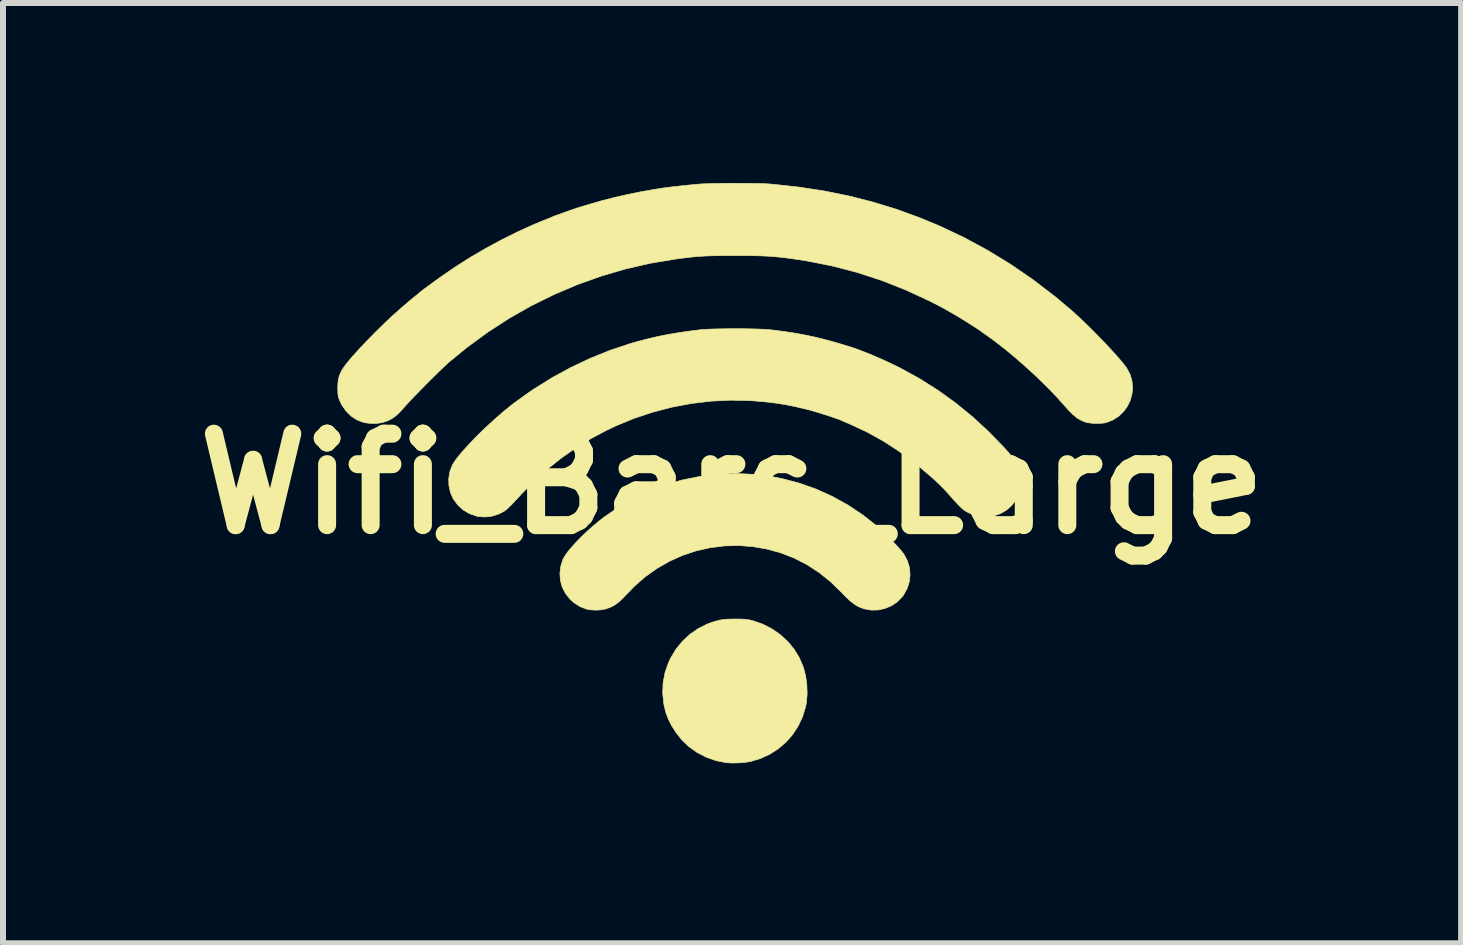
<source format=kicad_pcb>
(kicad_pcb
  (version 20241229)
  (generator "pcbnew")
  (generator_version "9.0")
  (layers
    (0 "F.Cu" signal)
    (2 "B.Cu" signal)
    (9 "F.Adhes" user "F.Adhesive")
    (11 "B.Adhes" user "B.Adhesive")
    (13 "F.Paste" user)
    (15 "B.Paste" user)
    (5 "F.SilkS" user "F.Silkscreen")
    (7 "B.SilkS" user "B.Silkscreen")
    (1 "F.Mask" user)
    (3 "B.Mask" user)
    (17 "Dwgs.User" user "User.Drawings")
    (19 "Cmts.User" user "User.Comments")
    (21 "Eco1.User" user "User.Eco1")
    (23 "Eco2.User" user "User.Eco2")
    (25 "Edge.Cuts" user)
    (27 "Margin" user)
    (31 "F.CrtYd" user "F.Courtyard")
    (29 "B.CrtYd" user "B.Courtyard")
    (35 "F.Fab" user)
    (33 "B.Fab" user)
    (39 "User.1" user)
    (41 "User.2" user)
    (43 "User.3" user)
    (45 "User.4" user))
  (footprint "Wifi_Bars_Large"
    (layer "F.Cu")
    (at 9.151 5.013)
    (property "Reference" "Wifi_Bars_Large" (at 0 0 0) (layer "F.SilkS") (effects (font (size 1.524 1.524) (thickness 0.3))))
    (attr through_hole)
    (fp_poly (pts (xy 0.139 2.255) (xy 0.202 2.258) (xy 0.253 2.263) (xy 0.299 2.271) (xy 0.347 2.283) (xy 0.356 2.285) (xy 0.517 2.342) (xy 0.668 2.42) (xy 0.806 2.517) (xy 0.929 2.63) (xy 1.035 2.758) (xy 1.121 2.899) (xy 1.186 3.05) (xy 1.193 3.071) (xy 1.228 3.209) (xy 1.247 3.354) (xy 1.252 3.5) (xy 1.241 3.639) (xy 1.227 3.714) (xy 1.176 3.882) (xy 1.103 4.037) (xy 1.01 4.18) (xy 0.898 4.307) (xy 0.77 4.417) (xy 0.627 4.509) (xy 0.471 4.58) (xy 0.311 4.628) (xy 0.244 4.64) (xy 0.162 4.649) (xy 0.073 4.653) (xy -0.011 4.654) (xy -0.083 4.65) (xy -0.095 4.649) (xy -0.267 4.615) (xy -0.428 4.558) (xy -0.579 4.481) (xy -0.716 4.384) (xy -0.837 4.269) (xy -0.936 4.143) (xy -1.009 4.028) (xy -1.063 3.919) (xy -1.104 3.81) (xy -1.133 3.692) (xy -1.138 3.664) (xy -1.156 3.49) (xy -1.149 3.318) (xy -1.117 3.148) (xy -1.06 2.984) (xy -1.024 2.906) (xy -0.935 2.758) (xy -0.827 2.625) (xy -0.703 2.51) (xy -0.565 2.414) (xy -0.415 2.339) (xy -0.349 2.314) (xy -0.276 2.291) (xy -0.211 2.274) (xy -0.149 2.263) (xy -0.08 2.257) (xy 0.002 2.255) (xy 0.057 2.255) (xy 0.139 2.255)) (stroke (width 0.01) (type solid)) (fill yes) (layer "F.SilkS"))
    (fp_poly (pts (xy 0.367 -0.157) (xy 0.668 -0.118) (xy 0.826 -0.088) (xy 1.118 -0.011) (xy 1.402 0.089) (xy 1.676 0.213) (xy 1.939 0.359) (xy 2.19 0.528) (xy 2.403 0.696) (xy 2.461 0.746) (xy 2.525 0.807) (xy 2.593 0.874) (xy 2.661 0.943) (xy 2.726 1.011) (xy 2.783 1.074) (xy 2.83 1.128) (xy 2.861 1.169) (xy 2.864 1.173) (xy 2.922 1.282) (xy 2.957 1.397) (xy 2.967 1.515) (xy 2.955 1.632) (xy 2.919 1.745) (xy 2.86 1.852) (xy 2.833 1.888) (xy 2.753 1.969) (xy 2.657 2.033) (xy 2.55 2.078) (xy 2.437 2.103) (xy 2.321 2.106) (xy 2.208 2.086) (xy 2.199 2.083) (xy 2.136 2.061) (xy 2.078 2.033) (xy 2.022 1.995) (xy 1.961 1.946) (xy 1.893 1.881) (xy 1.833 1.819) (xy 1.648 1.638) (xy 1.453 1.481) (xy 1.249 1.348) (xy 1.035 1.238) (xy 0.811 1.151) (xy 0.576 1.087) (xy 0.352 1.048) (xy 0.11 1.029) (xy -0.13 1.036) (xy -0.368 1.066) (xy -0.601 1.119) (xy -0.828 1.195) (xy -1.046 1.293) (xy -1.254 1.413) (xy -1.45 1.552) (xy -1.632 1.712) (xy -1.726 1.81) (xy -1.802 1.889) (xy -1.866 1.952) (xy -1.924 1.999) (xy -1.98 2.035) (xy -2.037 2.062) (xy -2.101 2.084) (xy -2.123 2.09) (xy -2.194 2.102) (xy -2.277 2.106) (xy -2.359 2.101) (xy -2.426 2.089) (xy -2.536 2.046) (xy -2.637 1.981) (xy -2.695 1.928) (xy -2.773 1.832) (xy -2.829 1.725) (xy -2.861 1.611) (xy -2.869 1.493) (xy -2.854 1.372) (xy -2.817 1.257) (xy -2.786 1.203) (xy -2.738 1.135) (xy -2.675 1.059) (xy -2.6 0.976) (xy -2.515 0.888) (xy -2.423 0.8) (xy -2.326 0.713) (xy -2.228 0.631) (xy -2.134 0.557) (xy -1.887 0.388) (xy -1.631 0.24) (xy -1.368 0.116) (xy -1.13 0.025) (xy -0.834 -0.062) (xy -0.535 -0.123) (xy -0.234 -0.16) (xy 0.066 -0.171) (xy 0.367 -0.157)) (stroke (width 0.01) (type solid)) (fill yes) (layer "F.SilkS"))
    (fp_poly (pts (xy 0.18 -2.584) (xy 0.297 -2.582) (xy 0.405 -2.58) (xy 0.501 -2.576) (xy 0.579 -2.572) (xy 0.629 -2.568) (xy 0.837 -2.542) (xy 1.028 -2.514) (xy 1.208 -2.481) (xy 1.384 -2.444) (xy 1.562 -2.4) (xy 1.749 -2.349) (xy 1.95 -2.288) (xy 1.994 -2.274) (xy 2.088 -2.242) (xy 2.199 -2.199) (xy 2.322 -2.15) (xy 2.45 -2.095) (xy 2.579 -2.037) (xy 2.702 -1.979) (xy 2.801 -1.93) (xy 3.125 -1.752) (xy 3.433 -1.558) (xy 3.727 -1.346) (xy 4.01 -1.115) (xy 4.283 -0.862) (xy 4.541 -0.596) (xy 4.625 -0.501) (xy 4.691 -0.418) (xy 4.741 -0.344) (xy 4.777 -0.275) (xy 4.802 -0.207) (xy 4.812 -0.168) (xy 4.824 -0.049) (xy 4.813 0.066) (xy 4.781 0.175) (xy 4.728 0.276) (xy 4.658 0.365) (xy 4.571 0.441) (xy 4.47 0.499) (xy 4.356 0.539) (xy 4.317 0.547) (xy 4.207 0.555) (xy 4.095 0.54) (xy 3.98 0.5) (xy 3.958 0.49) (xy 3.917 0.47) (xy 3.881 0.449) (xy 3.847 0.424) (xy 3.811 0.391) (xy 3.768 0.348) (xy 3.715 0.29) (xy 3.683 0.254) (xy 3.617 0.18) (xy 3.563 0.12) (xy 3.517 0.071) (xy 3.474 0.027) (xy 3.429 -0.015) (xy 3.379 -0.062) (xy 3.319 -0.116) (xy 3.315 -0.12) (xy 3.056 -0.339) (xy 2.795 -0.534) (xy 2.529 -0.707) (xy 2.258 -0.858) (xy 1.977 -0.989) (xy 1.975 -0.991) (xy 1.918 -1.015) (xy 1.866 -1.037) (xy 1.825 -1.055) (xy 1.807 -1.063) (xy 1.763 -1.08) (xy 1.7 -1.102) (xy 1.624 -1.128) (xy 1.539 -1.155) (xy 1.452 -1.182) (xy 1.368 -1.207) (xy 1.293 -1.229) (xy 1.238 -1.243) (xy 1.059 -1.285) (xy 0.889 -1.319) (xy 0.721 -1.345) (xy 0.546 -1.366) (xy 0.358 -1.382) (xy 0.29 -1.386) (xy -0.028 -1.393) (xy -0.351 -1.377) (xy -0.676 -1.338) (xy -1 -1.277) (xy -1.319 -1.194) (xy -1.632 -1.09) (xy -1.933 -0.967) (xy -2.102 -0.886) (xy -2.362 -0.747) (xy -2.606 -0.597) (xy -2.838 -0.434) (xy -3.062 -0.256) (xy -3.28 -0.06) (xy -3.497 0.157) (xy -3.618 0.288) (xy -3.667 0.34) (xy -3.716 0.388) (xy -3.76 0.428) (xy -3.794 0.455) (xy -3.796 0.457) (xy -3.897 0.508) (xy -4.006 0.541) (xy -4.119 0.554) (xy -4.227 0.546) (xy -4.26 0.539) (xy -4.378 0.497) (xy -4.483 0.435) (xy -4.572 0.353) (xy -4.644 0.255) (xy -4.646 0.252) (xy -4.694 0.144) (xy -4.719 0.029) (xy -4.722 -0.088) (xy -4.703 -0.203) (xy -4.661 -0.312) (xy -4.648 -0.336) (xy -4.614 -0.388) (xy -4.564 -0.453) (xy -4.5 -0.53) (xy -4.425 -0.614) (xy -4.342 -0.703) (xy -4.253 -0.794) (xy -4.162 -0.885) (xy -4.07 -0.971) (xy -3.989 -1.045) (xy -3.938 -1.09) (xy -3.894 -1.129) (xy -3.86 -1.159) (xy -3.839 -1.177) (xy -3.835 -1.181) (xy -3.823 -1.192) (xy -3.796 -1.213) (xy -3.766 -1.238) (xy -3.732 -1.265) (xy -3.706 -1.286) (xy -3.696 -1.295) (xy -3.681 -1.308) (xy -3.65 -1.331) (xy -3.606 -1.364) (xy -3.552 -1.403) (xy -3.494 -1.445) (xy -3.434 -1.488) (xy -3.377 -1.528) (xy -3.326 -1.563) (xy -3.296 -1.583) (xy -2.999 -1.768) (xy -2.687 -1.938) (xy -2.365 -2.09) (xy -2.038 -2.222) (xy -1.71 -2.332) (xy -1.556 -2.376) (xy -1.39 -2.419) (xy -1.23 -2.456) (xy -1.071 -2.488) (xy -0.905 -2.516) (xy -0.727 -2.542) (xy -0.53 -2.567) (xy -0.527 -2.568) (xy -0.468 -2.573) (xy -0.388 -2.577) (xy -0.291 -2.58) (xy -0.182 -2.582) (xy -0.064 -2.584) (xy 0.058 -2.584) (xy 0.18 -2.584)) (stroke (width 0.01) (type solid)) (fill yes) (layer "F.SilkS"))
    (fp_poly (pts (xy 0.199 -5.007) (xy 0.324 -5.006) (xy 0.44 -5.004) (xy 0.542 -5.001) (xy 0.627 -4.997) (xy 0.673 -4.993) (xy 1.114 -4.945) (xy 1.538 -4.88) (xy 1.949 -4.797) (xy 2.349 -4.695) (xy 2.741 -4.575) (xy 3.128 -4.434) (xy 3.454 -4.299) (xy 3.859 -4.108) (xy 4.257 -3.893) (xy 4.645 -3.656) (xy 5.022 -3.397) (xy 5.386 -3.118) (xy 5.672 -2.877) (xy 5.755 -2.801) (xy 5.846 -2.716) (xy 5.942 -2.623) (xy 6.04 -2.525) (xy 6.137 -2.426) (xy 6.232 -2.327) (xy 6.321 -2.232) (xy 6.402 -2.142) (xy 6.473 -2.061) (xy 6.53 -1.992) (xy 6.573 -1.936) (xy 6.579 -1.926) (xy 6.634 -1.823) (xy 6.666 -1.714) (xy 6.677 -1.604) (xy 6.666 -1.495) (xy 6.637 -1.389) (xy 6.589 -1.29) (xy 6.524 -1.201) (xy 6.444 -1.125) (xy 6.349 -1.064) (xy 6.241 -1.022) (xy 6.207 -1.014) (xy 6.157 -1.008) (xy 6.094 -1.006) (xy 6.027 -1.007) (xy 5.963 -1.013) (xy 5.911 -1.021) (xy 5.886 -1.029) (xy 5.848 -1.045) (xy 5.817 -1.058) (xy 5.752 -1.095) (xy 5.681 -1.154) (xy 5.601 -1.235) (xy 5.562 -1.279) (xy 5.421 -1.437) (xy 5.263 -1.602) (xy 5.093 -1.768) (xy 4.916 -1.932) (xy 4.735 -2.091) (xy 4.556 -2.24) (xy 4.382 -2.375) (xy 4.223 -2.49) (xy 4.188 -2.514) (xy 4.162 -2.533) (xy 4.153 -2.54) (xy 4.139 -2.551) (xy 4.107 -2.572) (xy 4.062 -2.601) (xy 4.008 -2.636) (xy 3.949 -2.674) (xy 3.889 -2.712) (xy 3.832 -2.747) (xy 3.782 -2.778) (xy 3.744 -2.801) (xy 3.74 -2.803) (xy 3.649 -2.855) (xy 3.574 -2.898) (xy 3.508 -2.935) (xy 3.445 -2.969) (xy 3.379 -3.003) (xy 3.303 -3.041) (xy 3.283 -3.051) (xy 2.892 -3.232) (xy 2.494 -3.389) (xy 2.089 -3.521) (xy 1.677 -3.629) (xy 1.257 -3.712) (xy 1.13 -3.733) (xy 1.008 -3.75) (xy 0.899 -3.765) (xy 0.797 -3.777) (xy 0.699 -3.786) (xy 0.599 -3.793) (xy 0.493 -3.798) (xy 0.377 -3.801) (xy 0.246 -3.803) (xy 0.095 -3.804) (xy 0.051 -3.804) (xy -0.095 -3.803) (xy -0.219 -3.802) (xy -0.327 -3.8) (xy -0.423 -3.797) (xy -0.512 -3.792) (xy -0.598 -3.786) (xy -0.686 -3.777) (xy -0.78 -3.766) (xy -0.885 -3.753) (xy -0.94 -3.745) (xy -1.357 -3.676) (xy -1.769 -3.582) (xy -2.175 -3.463) (xy -2.573 -3.321) (xy -2.963 -3.156) (xy -3.343 -2.969) (xy -3.713 -2.759) (xy -4.071 -2.527) (xy -4.417 -2.274) (xy -4.72 -2.026) (xy -4.759 -1.99) (xy -4.813 -1.939) (xy -4.878 -1.877) (xy -4.951 -1.805) (xy -5.029 -1.728) (xy -5.109 -1.648) (xy -5.187 -1.569) (xy -5.261 -1.493) (xy -5.327 -1.425) (xy -5.383 -1.367) (xy -5.424 -1.321) (xy -5.435 -1.308) (xy -5.507 -1.227) (xy -5.568 -1.164) (xy -5.625 -1.116) (xy -5.679 -1.08) (xy -5.737 -1.051) (xy -5.802 -1.028) (xy -5.816 -1.024) (xy -5.888 -1.01) (xy -5.972 -1.005) (xy -6.059 -1.009) (xy -6.138 -1.021) (xy -6.146 -1.024) (xy -6.253 -1.065) (xy -6.35 -1.129) (xy -6.434 -1.212) (xy -6.503 -1.312) (xy -6.541 -1.391) (xy -6.556 -1.43) (xy -6.565 -1.466) (xy -6.569 -1.508) (xy -6.571 -1.563) (xy -6.571 -1.607) (xy -6.569 -1.674) (xy -6.562 -1.735) (xy -6.548 -1.791) (xy -6.527 -1.846) (xy -6.496 -1.903) (xy -6.454 -1.966) (xy -6.399 -2.036) (xy -6.329 -2.118) (xy -6.242 -2.215) (xy -6.241 -2.216) (xy -6.1 -2.367) (xy -5.949 -2.521) (xy -5.795 -2.672) (xy -5.64 -2.817) (xy -5.489 -2.951) (xy -5.348 -3.071) (xy -5.29 -3.118) (xy -5.256 -3.145) (xy -5.23 -3.166) (xy -5.22 -3.175) (xy -5.2 -3.193) (xy -5.161 -3.223) (xy -5.109 -3.263) (xy -5.044 -3.31) (xy -4.972 -3.363) (xy -4.894 -3.419) (xy -4.814 -3.476) (xy -4.734 -3.531) (xy -4.659 -3.582) (xy -4.604 -3.619) (xy -4.364 -3.772) (xy -4.109 -3.921) (xy -3.846 -4.063) (xy -3.582 -4.195) (xy -3.322 -4.313) (xy -3.169 -4.377) (xy -3.111 -4.4) (xy -3.061 -4.42) (xy -3.023 -4.436) (xy -3.004 -4.444) (xy -2.975 -4.456) (xy -2.928 -4.474) (xy -2.866 -4.496) (xy -2.797 -4.521) (xy -2.724 -4.547) (xy -2.652 -4.572) (xy -2.588 -4.594) (xy -2.535 -4.611) (xy -2.5 -4.622) (xy -2.496 -4.623) (xy -2.466 -4.631) (xy -2.42 -4.645) (xy -2.367 -4.661) (xy -2.349 -4.666) (xy -2.167 -4.719) (xy -1.966 -4.77) (xy -1.752 -4.819) (xy -1.534 -4.864) (xy -1.318 -4.902) (xy -1.238 -4.915) (xy -1.188 -4.923) (xy -1.143 -4.93) (xy -1.114 -4.934) (xy -1.078 -4.939) (xy -1.021 -4.946) (xy -0.95 -4.954) (xy -0.868 -4.963) (xy -0.782 -4.972) (xy -0.695 -4.981) (xy -0.614 -4.989) (xy -0.572 -4.993) (xy -0.503 -4.998) (xy -0.413 -5.001) (xy -0.307 -5.004) (xy -0.189 -5.006) (xy -0.062 -5.008) (xy 0.069 -5.008) (xy 0.199 -5.007)) (stroke (width 0.01) (type solid)) (fill yes) (layer "F.SilkS")))
  (gr_rect
    (start -3 -3)
    (end 21.303 12.672)
    (stroke (width 0.1) (type default))
    (fill no)
    (layer "Edge.Cuts")))
</source>
